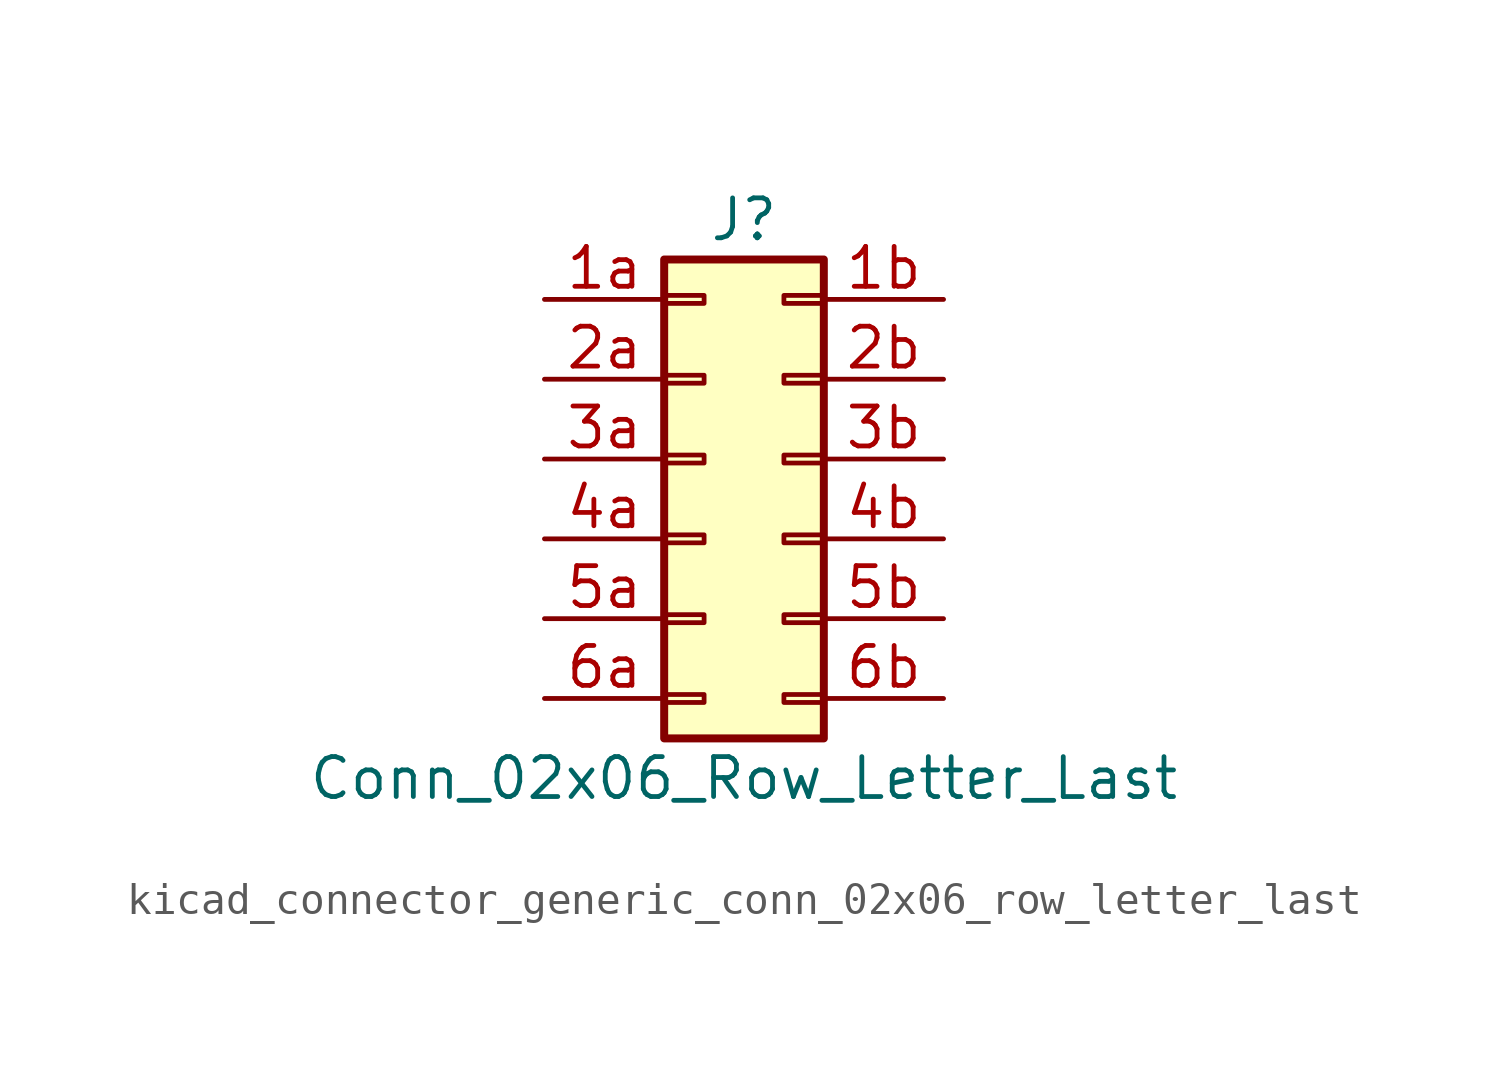
<source format=kicad_sym>
(kicad_symbol_lib
  (version 20220914)
  (generator kicad_symbol_editor)
  (symbol "kicad_connector_generic_conn_02x06_row_letter_last"
    (pin_names
      (offset 1.016) hide)
    (property "Reference" "J"
      (at 1.27 7.62 0)
      (effects (font (size 1.27 1.27))))
    (property "Value" "Conn_02x06_Row_Letter_Last"
      (at 1.27 -10.16 0)
      (effects (font (size 1.27 1.27))))
    (symbol "kicad_connector_generic_conn_02x06_row_letter_last_1_1"
      (rectangle (start -1.27 -7.493) (end 0 -7.747) (stroke (width 0.152) (type default)) (fill (type none)))
      (rectangle (start -1.27 -4.953) (end 0 -5.207) (stroke (width 0.152) (type default)) (fill (type none)))
      (rectangle (start -1.27 -2.413) (end 0 -2.667) (stroke (width 0.152) (type default)) (fill (type none)))
      (rectangle (start -1.27 0.127) (end 0 -0.127) (stroke (width 0.152) (type default)) (fill (type none)))
      (rectangle (start -1.27 2.667) (end 0 2.413) (stroke (width 0.152) (type default)) (fill (type none)))
      (rectangle (start -1.27 5.207) (end 0 4.953) (stroke (width 0.152) (type default)) (fill (type none)))
      (rectangle (start -1.27 6.35) (end 3.81 -8.89) (stroke (width 0.254) (type default)) (fill (type background)))
      (rectangle (start 3.81 -7.493) (end 2.54 -7.747) (stroke (width 0.152) (type default)) (fill (type none)))
      (rectangle (start 3.81 -4.953) (end 2.54 -5.207) (stroke (width 0.152) (type default)) (fill (type none)))
      (rectangle (start 3.81 -2.413) (end 2.54 -2.667) (stroke (width 0.152) (type default)) (fill (type none)))
      (rectangle (start 3.81 0.127) (end 2.54 -0.127) (stroke (width 0.152) (type default)) (fill (type none)))
      (rectangle (start 3.81 2.667) (end 2.54 2.413) (stroke (width 0.152) (type default)) (fill (type none)))
      (rectangle (start 3.81 5.207) (end 2.54 4.953) (stroke (width 0.152) (type default)) (fill (type none)))
      (pin passive line (at -5.08 5.08 0) (length 3.81) (name "Pin_1a" (effects (font (size 1.27 1.27)))) (number "1a" (effects (font (size 1.27 1.27)))))
      (pin passive line (at 7.62 5.08 180) (length 3.81) (name "Pin_1b" (effects (font (size 1.27 1.27)))) (number "1b" (effects (font (size 1.27 1.27)))))
      (pin passive line (at -5.08 2.54 0) (length 3.81) (name "Pin_2a" (effects (font (size 1.27 1.27)))) (number "2a" (effects (font (size 1.27 1.27)))))
      (pin passive line (at 7.62 2.54 180) (length 3.81) (name "Pin_2b" (effects (font (size 1.27 1.27)))) (number "2b" (effects (font (size 1.27 1.27)))))
      (pin passive line (at -5.08 0 0) (length 3.81) (name "Pin_3a" (effects (font (size 1.27 1.27)))) (number "3a" (effects (font (size 1.27 1.27)))))
      (pin passive line (at 7.62 0 180) (length 3.81) (name "Pin_3b" (effects (font (size 1.27 1.27)))) (number "3b" (effects (font (size 1.27 1.27)))))
      (pin passive line (at -5.08 -2.54 0) (length 3.81) (name "Pin_4a" (effects (font (size 1.27 1.27)))) (number "4a" (effects (font (size 1.27 1.27)))))
      (pin passive line (at 7.62 -2.54 180) (length 3.81) (name "Pin_4b" (effects (font (size 1.27 1.27)))) (number "4b" (effects (font (size 1.27 1.27)))))
      (pin passive line (at -5.08 -5.08 0) (length 3.81) (name "Pin_5a" (effects (font (size 1.27 1.27)))) (number "5a" (effects (font (size 1.27 1.27)))))
      (pin passive line (at 7.62 -5.08 180) (length 3.81) (name "Pin_5b" (effects (font (size 1.27 1.27)))) (number "5b" (effects (font (size 1.27 1.27)))))
      (pin passive line (at -5.08 -7.62 0) (length 3.81) (name "Pin_6a" (effects (font (size 1.27 1.27)))) (number "6a" (effects (font (size 1.27 1.27)))))
      (pin passive line (at 7.62 -7.62 180) (length 3.81) (name "Pin_6b" (effects (font (size 1.27 1.27)))) (number "6b" (effects (font (size 1.27 1.27))))))))
</source>
